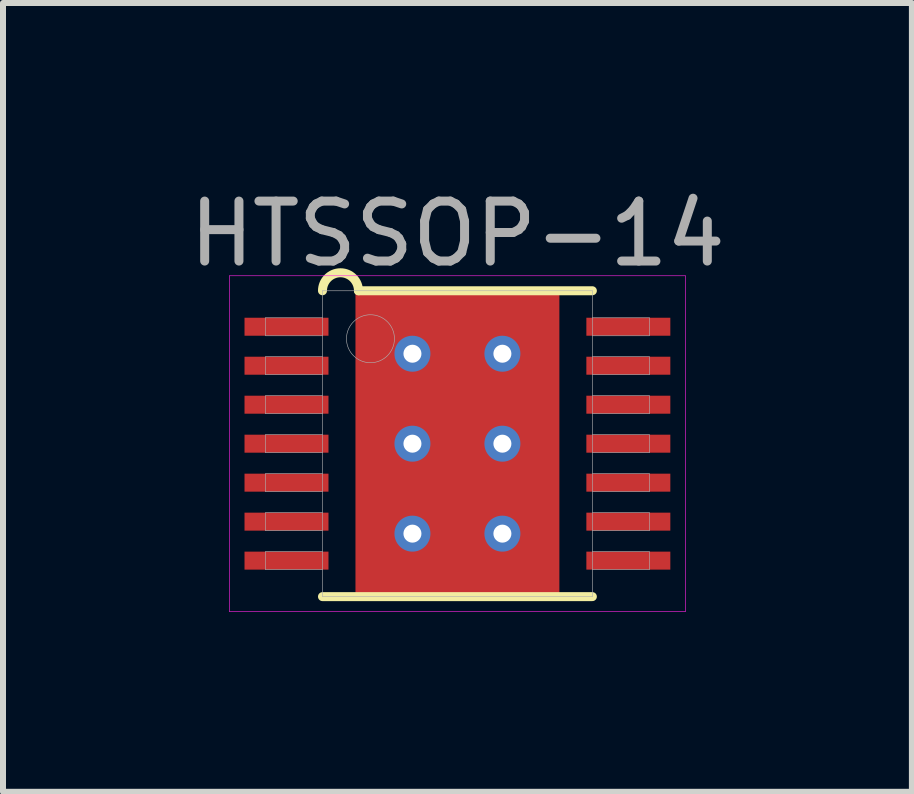
<source format=kicad_pcb>
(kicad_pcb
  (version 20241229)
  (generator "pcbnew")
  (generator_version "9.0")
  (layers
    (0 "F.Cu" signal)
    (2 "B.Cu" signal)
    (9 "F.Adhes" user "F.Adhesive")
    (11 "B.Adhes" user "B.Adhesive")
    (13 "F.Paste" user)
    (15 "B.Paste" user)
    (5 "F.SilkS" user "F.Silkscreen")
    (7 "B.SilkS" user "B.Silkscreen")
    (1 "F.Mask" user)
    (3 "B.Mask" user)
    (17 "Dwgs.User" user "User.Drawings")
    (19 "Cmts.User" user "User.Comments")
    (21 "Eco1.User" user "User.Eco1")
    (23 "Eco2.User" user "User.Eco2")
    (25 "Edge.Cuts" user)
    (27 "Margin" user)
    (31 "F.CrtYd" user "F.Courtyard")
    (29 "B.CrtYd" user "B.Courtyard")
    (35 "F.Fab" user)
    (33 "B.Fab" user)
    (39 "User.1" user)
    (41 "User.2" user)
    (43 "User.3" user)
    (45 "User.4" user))
  (footprint "HTSSOP-14"
    (layer "F.Cu")
    (at 4.577 4.348)
    (property "Reference" "HTSSOP-14" (at 0 -3.5 0) (layer "F.Fab") (effects (font (size 1 1) (thickness 0.15))))
    (attr through_hole)
    (fp_line (start -2.25 2.55) (end 2.25 2.55) (stroke (width 0.15) (type solid)) (layer "F.SilkS"))
    (fp_line (start -1.65 -2.55) (end 2.25 -2.55) (stroke (width 0.15) (type solid)) (layer "F.SilkS"))
    (fp_arc (start -2.25 -2.55) (mid -1.95 -2.85) (end -1.65 -2.55) (stroke (width 0.15) (type solid)) (layer "F.SilkS"))
    (fp_line (start -3.8 -2.8) (end 3.8 -2.8) (stroke (width 0.01) (type solid)) (layer "F.CrtYd"))
    (fp_line (start -3.8 2.8) (end -3.8 -2.8) (stroke (width 0.01) (type solid)) (layer "F.CrtYd"))
    (fp_line (start 3.8 -2.8) (end 3.8 2.8) (stroke (width 0.01) (type solid)) (layer "F.CrtYd"))
    (fp_line (start 3.8 2.8) (end -3.8 2.8) (stroke (width 0.01) (type solid)) (layer "F.CrtYd"))
    (fp_line (start -3.2 -2.1) (end -2.25 -2.1) (stroke (width 0.01) (type solid)) (layer "F.Fab"))
    (fp_line (start -3.2 -1.8) (end -3.2 -2.1) (stroke (width 0.01) (type solid)) (layer "F.Fab"))
    (fp_line (start -3.2 -1.45) (end -2.25 -1.45) (stroke (width 0.01) (type solid)) (layer "F.Fab"))
    (fp_line (start -3.2 -1.15) (end -3.2 -1.45) (stroke (width 0.01) (type solid)) (layer "F.Fab"))
    (fp_line (start -3.2 -0.8) (end -2.25 -0.8) (stroke (width 0.01) (type solid)) (layer "F.Fab"))
    (fp_line (start -3.2 -0.5) (end -3.2 -0.8) (stroke (width 0.01) (type solid)) (layer "F.Fab"))
    (fp_line (start -3.2 -0.15) (end -2.25 -0.15) (stroke (width 0.01) (type solid)) (layer "F.Fab"))
    (fp_line (start -3.2 0.15) (end -3.2 -0.15) (stroke (width 0.01) (type solid)) (layer "F.Fab"))
    (fp_line (start -3.2 0.5) (end -2.25 0.5) (stroke (width 0.01) (type solid)) (layer "F.Fab"))
    (fp_line (start -3.2 0.8) (end -3.2 0.5) (stroke (width 0.01) (type solid)) (layer "F.Fab"))
    (fp_line (start -3.2 1.15) (end -2.25 1.15) (stroke (width 0.01) (type solid)) (layer "F.Fab"))
    (fp_line (start -3.2 1.45) (end -3.2 1.15) (stroke (width 0.01) (type solid)) (layer "F.Fab"))
    (fp_line (start -3.2 1.8) (end -2.25 1.8) (stroke (width 0.01) (type solid)) (layer "F.Fab"))
    (fp_line (start -3.2 2.1) (end -3.2 1.8) (stroke (width 0.01) (type solid)) (layer "F.Fab"))
    (fp_line (start -2.25 -2.55) (end 2.25 -2.55) (stroke (width 0.01) (type solid)) (layer "F.Fab"))
    (fp_line (start -2.25 -1.8) (end -3.2 -1.8) (stroke (width 0.01) (type solid)) (layer "F.Fab"))
    (fp_line (start -2.25 -1.15) (end -3.2 -1.15) (stroke (width 0.01) (type solid)) (layer "F.Fab"))
    (fp_line (start -2.25 -0.5) (end -3.2 -0.5) (stroke (width 0.01) (type solid)) (layer "F.Fab"))
    (fp_line (start -2.25 0.15) (end -3.2 0.15) (stroke (width 0.01) (type solid)) (layer "F.Fab"))
    (fp_line (start -2.25 0.8) (end -3.2 0.8) (stroke (width 0.01) (type solid)) (layer "F.Fab"))
    (fp_line (start -2.25 1.45) (end -3.2 1.45) (stroke (width 0.01) (type solid)) (layer "F.Fab"))
    (fp_line (start -2.25 2.1) (end -3.2 2.1) (stroke (width 0.01) (type solid)) (layer "F.Fab"))
    (fp_line (start -2.25 2.55) (end -2.25 -2.55) (stroke (width 0.01) (type solid)) (layer "F.Fab"))
    (fp_line (start 2.25 -2.55) (end 2.25 2.55) (stroke (width 0.01) (type solid)) (layer "F.Fab"))
    (fp_line (start 2.25 -2.1) (end 3.2 -2.1) (stroke (width 0.01) (type solid)) (layer "F.Fab"))
    (fp_line (start 2.25 -1.45) (end 3.2 -1.45) (stroke (width 0.01) (type solid)) (layer "F.Fab"))
    (fp_line (start 2.25 -0.8) (end 3.2 -0.8) (stroke (width 0.01) (type solid)) (layer "F.Fab"))
    (fp_line (start 2.25 -0.15) (end 3.2 -0.15) (stroke (width 0.01) (type solid)) (layer "F.Fab"))
    (fp_line (start 2.25 0.5) (end 3.2 0.5) (stroke (width 0.01) (type solid)) (layer "F.Fab"))
    (fp_line (start 2.25 1.15) (end 3.2 1.15) (stroke (width 0.01) (type solid)) (layer "F.Fab"))
    (fp_line (start 2.25 1.8) (end 3.2 1.8) (stroke (width 0.01) (type solid)) (layer "F.Fab"))
    (fp_line (start 2.25 2.55) (end -2.25 2.55) (stroke (width 0.01) (type solid)) (layer "F.Fab"))
    (fp_line (start 3.2 -2.1) (end 3.2 -1.8) (stroke (width 0.01) (type solid)) (layer "F.Fab"))
    (fp_line (start 3.2 -1.8) (end 2.25 -1.8) (stroke (width 0.01) (type solid)) (layer "F.Fab"))
    (fp_line (start 3.2 -1.45) (end 3.2 -1.15) (stroke (width 0.01) (type solid)) (layer "F.Fab"))
    (fp_line (start 3.2 -1.15) (end 2.25 -1.15) (stroke (width 0.01) (type solid)) (layer "F.Fab"))
    (fp_line (start 3.2 -0.8) (end 3.2 -0.5) (stroke (width 0.01) (type solid)) (layer "F.Fab"))
    (fp_line (start 3.2 -0.5) (end 2.25 -0.5) (stroke (width 0.01) (type solid)) (layer "F.Fab"))
    (fp_line (start 3.2 -0.15) (end 3.2 0.15) (stroke (width 0.01) (type solid)) (layer "F.Fab"))
    (fp_line (start 3.2 0.15) (end 2.25 0.15) (stroke (width 0.01) (type solid)) (layer "F.Fab"))
    (fp_line (start 3.2 0.5) (end 3.2 0.8) (stroke (width 0.01) (type solid)) (layer "F.Fab"))
    (fp_line (start 3.2 0.8) (end 2.25 0.8) (stroke (width 0.01) (type solid)) (layer "F.Fab"))
    (fp_line (start 3.2 1.15) (end 3.2 1.45) (stroke (width 0.01) (type solid)) (layer "F.Fab"))
    (fp_line (start 3.2 1.45) (end 2.25 1.45) (stroke (width 0.01) (type solid)) (layer "F.Fab"))
    (fp_line (start 3.2 1.8) (end 3.2 2.1) (stroke (width 0.01) (type solid)) (layer "F.Fab"))
    (fp_line (start 3.2 2.1) (end 2.25 2.1) (stroke (width 0.01) (type solid)) (layer "F.Fab"))
    (fp_circle (center -1.45 -1.75) (end -1.45 -1.35) (stroke (width 0.01) (type solid)) (fill no) (layer "F.Fab"))
    (pad "" smd rect (at 0 0) (size 2.46 2.31) (layers "F.Mask"))
    (pad "" smd rect (at 0 0) (size 2.46 2.31) (layers "F.Paste"))
    (pad "1" smd rect (at -2.85 -1.95) (size 1.4 0.3) (layers "F.Cu" "F.Mask" "F.Paste"))
    (pad "2" smd rect (at -2.85 -1.3) (size 1.4 0.3) (layers "F.Cu" "F.Mask" "F.Paste"))
    (pad "3" smd rect (at -2.85 -0.65) (size 1.4 0.3) (layers "F.Cu" "F.Mask" "F.Paste"))
    (pad "4" smd rect (at -2.85 0) (size 1.4 0.3) (layers "F.Cu" "F.Mask" "F.Paste"))
    (pad "5" smd rect (at -2.85 0.65) (size 1.4 0.3) (layers "F.Cu" "F.Mask" "F.Paste"))
    (pad "6" smd rect (at -2.85 1.3) (size 1.4 0.3) (layers "F.Cu" "F.Mask" "F.Paste"))
    (pad "7" smd rect (at -2.85 1.95) (size 1.4 0.3) (layers "F.Cu" "F.Mask" "F.Paste"))
    (pad "8" smd rect (at 2.85 1.95) (size 1.4 0.3) (layers "F.Cu" "F.Mask" "F.Paste"))
    (pad "9" smd rect (at 2.85 1.3) (size 1.4 0.3) (layers "F.Cu" "F.Mask" "F.Paste"))
    (pad "10" smd rect (at 2.85 0.65) (size 1.4 0.3) (layers "F.Cu" "F.Mask" "F.Paste"))
    (pad "11" smd rect (at 2.85 0) (size 1.4 0.3) (layers "F.Cu" "F.Mask" "F.Paste"))
    (pad "12" smd rect (at 2.85 -0.65) (size 1.4 0.3) (layers "F.Cu" "F.Mask" "F.Paste"))
    (pad "13" smd rect (at 2.85 -1.3) (size 1.4 0.3) (layers "F.Cu" "F.Mask" "F.Paste"))
    (pad "14" smd rect (at 2.85 -1.95) (size 1.4 0.3) (layers "F.Cu" "F.Mask" "F.Paste"))
    (pad "EP" thru_hole circle (at -0.75 -1.5) (size 0.6 0.6) (drill 0.3) (layers "*.Cu"))
    (pad "EP" thru_hole circle (at -0.75 0) (size 0.6 0.6) (drill 0.3) (layers "*.Cu"))
    (pad "EP" thru_hole circle (at -0.75 1.5) (size 0.6 0.6) (drill 0.3) (layers "*.Cu"))
    (pad "EP" smd rect (at 0 0) (size 3.4 5) (layers "F.Cu"))
    (pad "EP" thru_hole circle (at 0.75 -1.5) (size 0.6 0.6) (drill 0.3) (layers "*.Cu"))
    (pad "EP" thru_hole circle (at 0.75 0) (size 0.6 0.6) (drill 0.3) (layers "*.Cu"))
    (pad "EP" thru_hole circle (at 0.75 1.5) (size 0.6 0.6) (drill 0.3) (layers "*.Cu")))
  (gr_rect
    (start -3 -3)
    (end 12.155 10.153)
    (stroke (width 0.1) (type default))
    (fill no)
    (layer "Edge.Cuts")))
</source>
